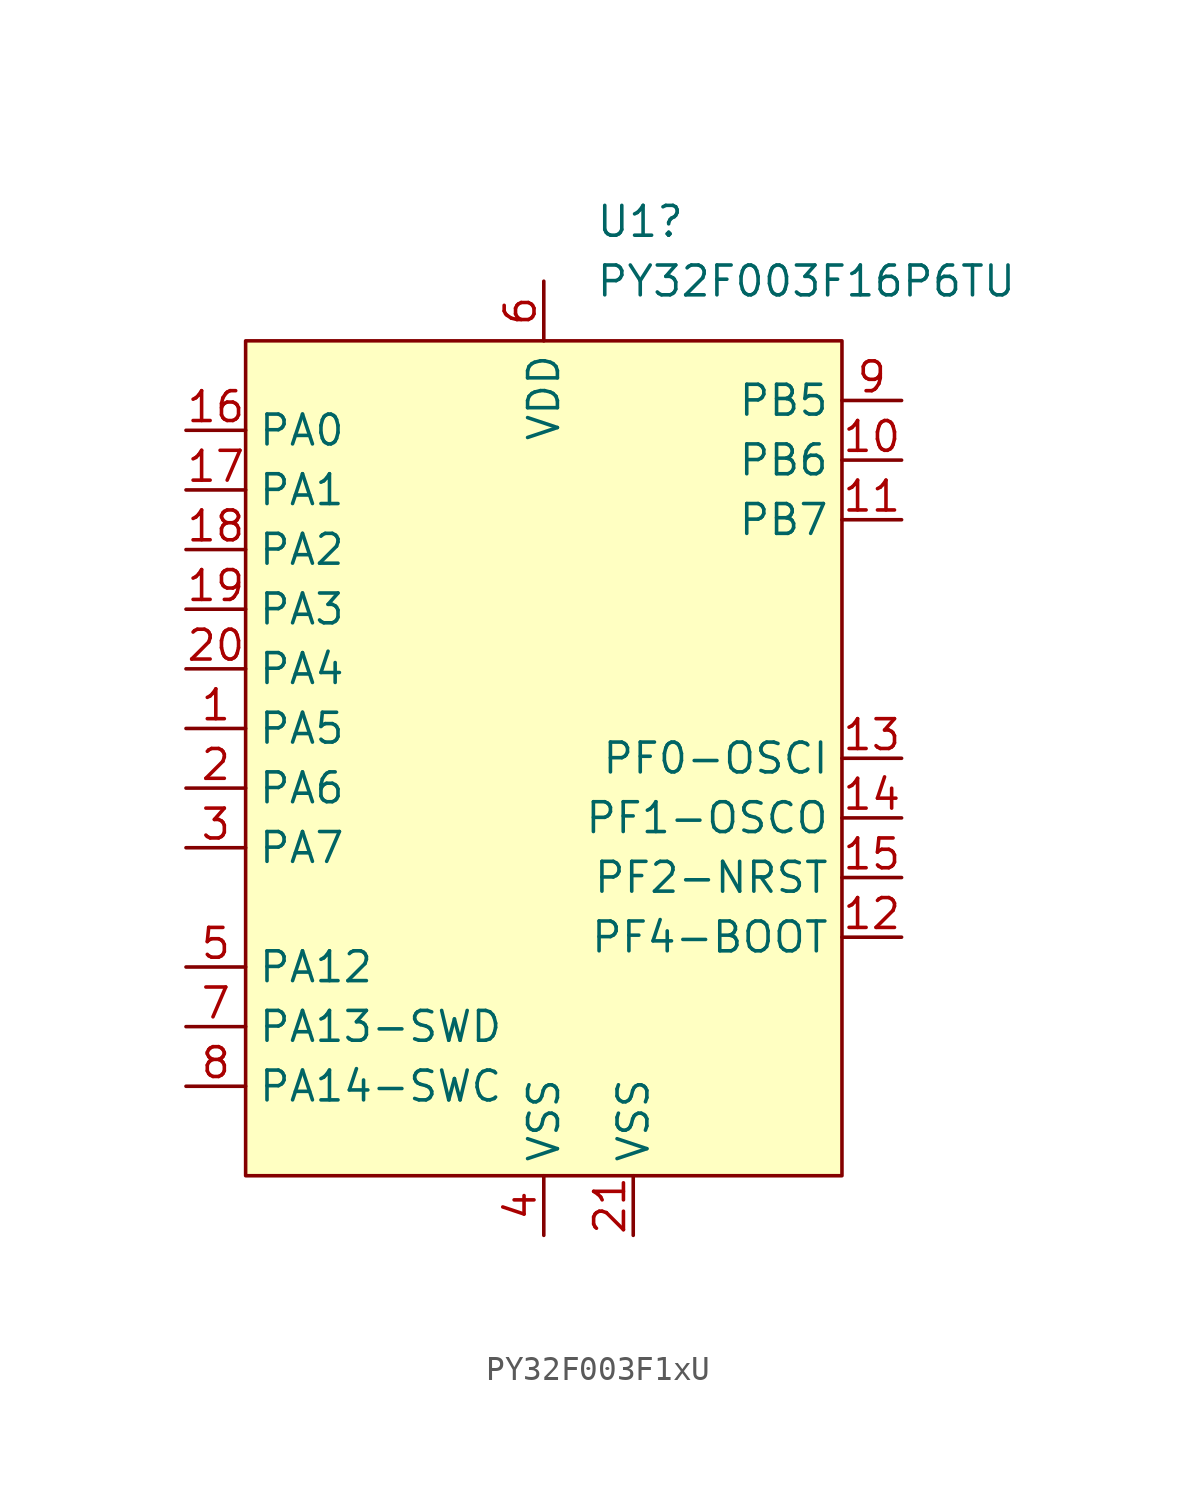
<source format=kicad_sym>
(kicad_symbol_lib
  (version 20231120)
  (generator "kicad_symbol_editor")
  (generator_version "8.0")
  (symbol "PY32F003F1xU"
    (property "Reference" "U1"
      (at 2.194 22.86 0)
      (effects (font (size 1.27 1.27)) (justify left)))
    (property "Value" "PY32F003F16P6TU"
      (at 2.194 20.32 0)
      (effects (font (size 1.27 1.27)) (justify left)))
    (symbol "PY32F003F1xU_0_1"
      (rectangle (start -12.7 17.78) (end 12.7 -17.78) (stroke (width 0.152) (type default)) (fill (type background))))
    (symbol "PY32F003F1xU_1_0"
      (pin bidirectional line (at -15.24 1.27 0) (length 2.54) (name "PA5" (effects (font (size 1.27 1.27)))) (number "1" (effects (font (size 1.27 1.27)))))
      (pin bidirectional line (at -15.24 11.43 0) (length 2.54) (name "PA1" (effects (font (size 1.27 1.27)))) (number "17" (effects (font (size 1.27 1.27)))))
      (pin bidirectional line (at -15.24 8.89 0) (length 2.54) (name "PA2" (effects (font (size 1.27 1.27)))) (number "18" (effects (font (size 1.27 1.27)))))
      (pin bidirectional line (at -15.24 6.35 0) (length 2.54) (name "PA3" (effects (font (size 1.27 1.27)))) (number "19" (effects (font (size 1.27 1.27)))))
      (pin bidirectional line (at -15.24 -1.27 0) (length 2.54) (name "PA6" (effects (font (size 1.27 1.27)))) (number "2" (effects (font (size 1.27 1.27))))))
    (symbol "PY32F003F1xU_1_1"
      (pin bidirectional line (at 15.24 12.7 180) (length 2.54) (name "PB6" (effects (font (size 1.27 1.27)))) (number "10" (effects (font (size 1.27 1.27)))) (alternate "AIN6" input line) (alternate "MISO" input line) (alternate "RXD1" input line) (alternate "VBUS" input line))
      (pin bidirectional line (at 15.24 10.16 180) (length 2.54) (name "PB7" (effects (font (size 1.27 1.27)))) (number "11" (effects (font (size 1.27 1.27)))) (alternate "AIN6" input line) (alternate "MISO" input line) (alternate "RXD1" input line) (alternate "VBUS" input line))
      (pin bidirectional line (at 15.24 -7.62 180) (length 2.54) (name "PF4-BOOT" (effects (font (size 1.27 1.27)))) (number "12" (effects (font (size 1.27 1.27)))))
      (pin bidirectional line (at 15.24 0 180) (length 2.54) (name "PF0-OSCI" (effects (font (size 1.27 1.27)))) (number "13" (effects (font (size 1.27 1.27)))) (alternate "AIN6" input line) (alternate "MISO" input line) (alternate "RXD1" input line) (alternate "VBUS" input line))
      (pin bidirectional line (at 15.24 -2.54 180) (length 2.54) (name "PF1-OSCO" (effects (font (size 1.27 1.27)))) (number "14" (effects (font (size 1.27 1.27)))) (alternate "AIN6" input line) (alternate "MISO" input line) (alternate "RXD1" input line) (alternate "VBUS" input line))
      (pin bidirectional line (at 15.24 -5.08 180) (length 2.54) (name "PF2-NRST" (effects (font (size 1.27 1.27)))) (number "15" (effects (font (size 1.27 1.27)))))
      (pin bidirectional line (at -15.24 13.97 0) (length 2.54) (name "PA0" (effects (font (size 1.27 1.27)))) (number "16" (effects (font (size 1.27 1.27)))) (alternate "AIN6" input line) (alternate "MISO" input line) (alternate "RXD1" input line) (alternate "VBUS" input line))
      (pin bidirectional line (at -15.24 3.81 0) (length 2.54) (name "PA4" (effects (font (size 1.27 1.27)))) (number "20" (effects (font (size 1.27 1.27)))) (alternate "AIN6" input line) (alternate "MISO" input line) (alternate "RXD1" input line) (alternate "VBUS" input line))
      (pin power_in line (at 3.81 -20.32 90) (length 2.54) (name "VSS" (effects (font (size 1.27 1.27)))) (number "21" (effects (font (size 1.27 1.27)))) (alternate "AIN6" input line) (alternate "MISO" input line) (alternate "RXD1" input line) (alternate "VBUS" input line))
      (pin bidirectional line (at -15.24 -3.81 0) (length 2.54) (name "PA7" (effects (font (size 1.27 1.27)))) (number "3" (effects (font (size 1.27 1.27)))) (alternate "AIN6" input line) (alternate "MISO" input line) (alternate "RXD1" input line) (alternate "VBUS" input line))
      (pin power_in line (at 0 -20.32 90) (length 2.54) (name "VSS" (effects (font (size 1.27 1.27)))) (number "4" (effects (font (size 1.27 1.27)))) (alternate "AIN6" input line) (alternate "MISO" input line) (alternate "RXD1" input line) (alternate "VBUS" input line))
      (pin bidirectional line (at -15.24 -8.89 0) (length 2.54) (name "PA12" (effects (font (size 1.27 1.27)))) (number "5" (effects (font (size 1.27 1.27)))) (alternate "AIN6" input line) (alternate "MISO" input line) (alternate "RXD1" input line) (alternate "VBUS" input line))
      (pin power_in line (at 0 20.32 270) (length 2.54) (name "VDD" (effects (font (size 1.27 1.27)))) (number "6" (effects (font (size 1.27 1.27)))) (alternate "AIN6" input line) (alternate "MISO" input line) (alternate "RXD1" input line) (alternate "VBUS" input line))
      (pin bidirectional line (at -15.24 -11.43 0) (length 2.54) (name "PA13-SWD" (effects (font (size 1.27 1.27)))) (number "7" (effects (font (size 1.27 1.27)))) (alternate "AIN6" input line) (alternate "MISO" input line) (alternate "RXD1" input line) (alternate "VBUS" input line))
      (pin bidirectional line (at -15.24 -13.97 0) (length 2.54) (name "PA14-SWC" (effects (font (size 1.27 1.27)))) (number "8" (effects (font (size 1.27 1.27)))) (alternate "AIN6" input line) (alternate "MISO" input line) (alternate "RXD1" input line) (alternate "VBUS" input line))
      (pin bidirectional line (at 15.24 15.24 180) (length 2.54) (name "PB5" (effects (font (size 1.27 1.27)))) (number "9" (effects (font (size 1.27 1.27)))) (alternate "AIN6" input line) (alternate "MISO" input line) (alternate "RXD1" input line) (alternate "VBUS" input line)))))
</source>
